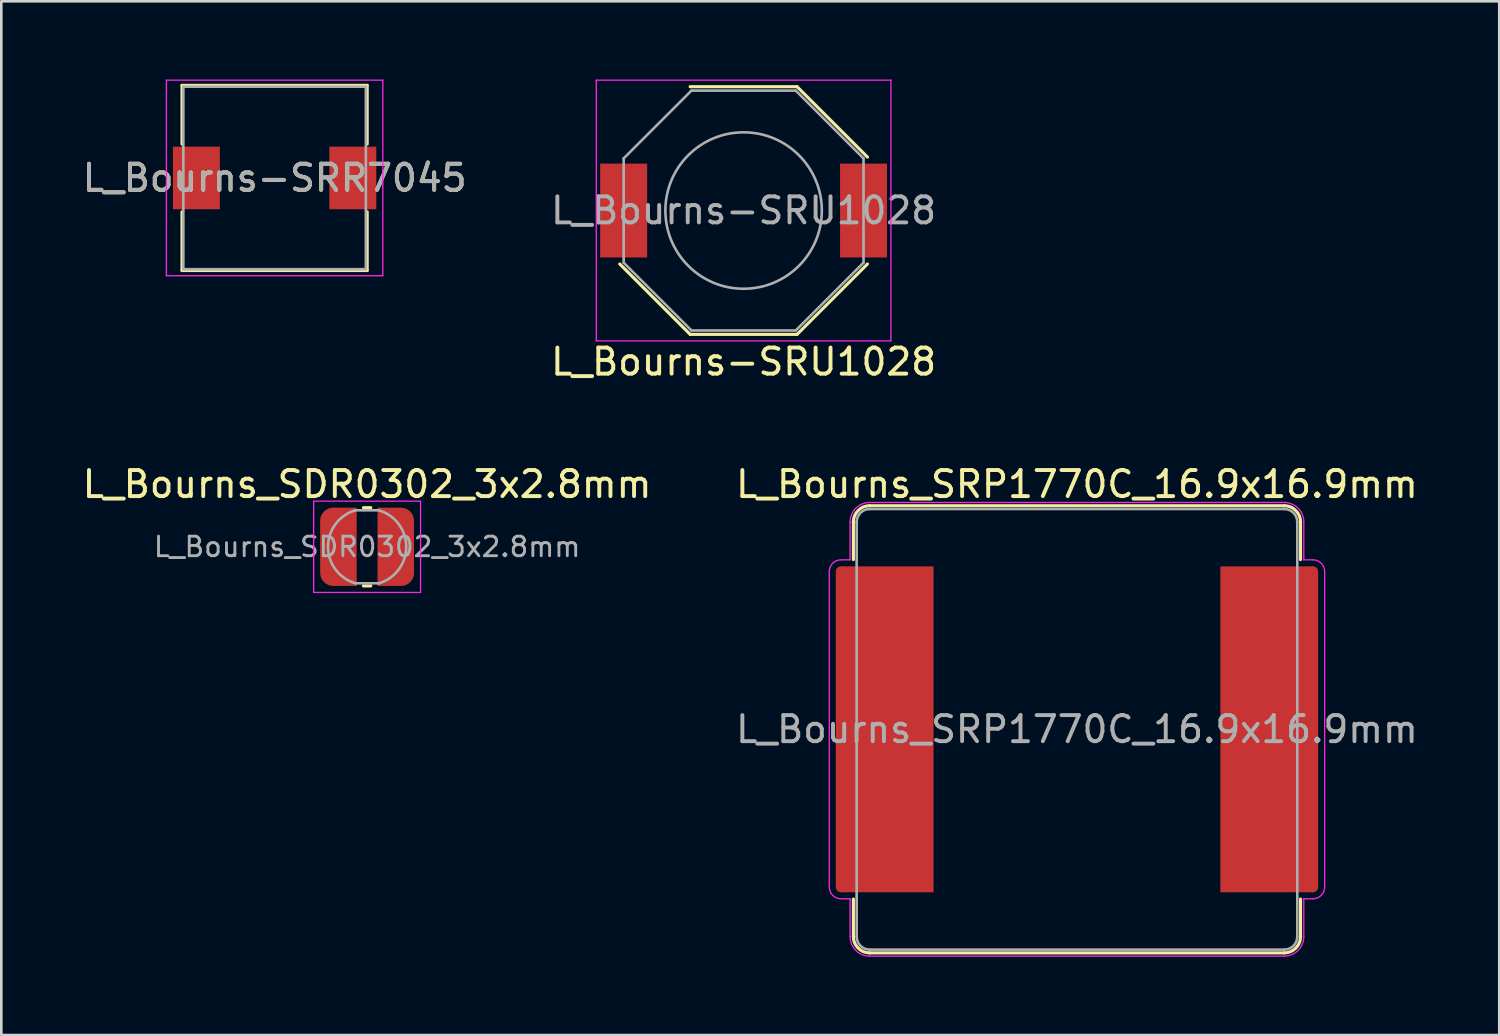
<source format=kicad_pcb>
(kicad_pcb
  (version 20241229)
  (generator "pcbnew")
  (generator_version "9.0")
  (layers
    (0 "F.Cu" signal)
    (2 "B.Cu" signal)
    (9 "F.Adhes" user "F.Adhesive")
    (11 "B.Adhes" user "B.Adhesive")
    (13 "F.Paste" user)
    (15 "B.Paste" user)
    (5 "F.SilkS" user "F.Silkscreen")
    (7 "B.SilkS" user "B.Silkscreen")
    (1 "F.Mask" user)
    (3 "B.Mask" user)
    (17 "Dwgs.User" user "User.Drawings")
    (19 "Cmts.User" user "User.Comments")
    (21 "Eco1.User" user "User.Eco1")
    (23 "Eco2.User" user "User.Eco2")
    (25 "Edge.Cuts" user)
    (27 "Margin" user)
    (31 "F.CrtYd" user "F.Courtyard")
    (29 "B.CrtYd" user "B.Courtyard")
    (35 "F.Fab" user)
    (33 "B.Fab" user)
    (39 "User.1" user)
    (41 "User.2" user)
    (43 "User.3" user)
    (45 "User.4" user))
  (footprint "L_Bourns-SRR7045"
    (layer "F.Cu")
    (at 7.482 3.775)
    (property "Reference" "L_Bourns-SRR7045" (at 0 0 180) (layer "F.SilkS") (effects (font (size 1 1) (thickness 0.15))))
    (attr smd)
    (fp_line (start -3.55 -3.55) (end 3.55 -3.55) (stroke (width 0.12) (type solid)) (layer "F.SilkS"))
    (fp_line (start -3.55 -1.3) (end -3.55 -3.55) (stroke (width 0.12) (type solid)) (layer "F.SilkS"))
    (fp_line (start -3.55 1.3) (end -3.55 3.55) (stroke (width 0.12) (type solid)) (layer "F.SilkS"))
    (fp_line (start -3.55 3.55) (end 3.55 3.55) (stroke (width 0.12) (type solid)) (layer "F.SilkS"))
    (fp_line (start 3.55 -3.55) (end 3.55 -1.3) (stroke (width 0.12) (type solid)) (layer "F.SilkS"))
    (fp_line (start 3.55 3.55) (end 3.55 1.3) (stroke (width 0.12) (type solid)) (layer "F.SilkS"))
    (fp_line (start -4.15 -3.75) (end 4.15 -3.75) (stroke (width 0.05) (type solid)) (layer "F.CrtYd"))
    (fp_line (start -4.15 3.75) (end -4.15 -3.75) (stroke (width 0.05) (type solid)) (layer "F.CrtYd"))
    (fp_line (start 4.15 -3.75) (end 4.15 3.75) (stroke (width 0.05) (type solid)) (layer "F.CrtYd"))
    (fp_line (start 4.15 3.75) (end -4.15 3.75) (stroke (width 0.05) (type solid)) (layer "F.CrtYd"))
    (fp_line (start -3.5 -3.5) (end -3.5 3.5) (stroke (width 0.1) (type solid)) (layer "F.Fab"))
    (fp_line (start -3.5 3.5) (end 3.5 3.5) (stroke (width 0.1) (type solid)) (layer "F.Fab"))
    (fp_line (start 3.5 -3.5) (end -3.5 -3.5) (stroke (width 0.1) (type solid)) (layer "F.Fab"))
    (fp_line (start 3.5 3.5) (end 3.5 -3.5) (stroke (width 0.1) (type solid)) (layer "F.Fab"))
    (fp_text user "${REFERENCE}" (at 0 0 180) (layer "F.Fab") (effects (font (size 1 1) (thickness 0.15))))
    (pad "1" smd rect (at -3 0 90) (size 2.4 1.8) (layers "F.Cu" "F.Mask" "F.Paste"))
    (pad "2" smd rect (at 3 0 90) (size 2.4 1.8) (layers "F.Cu" "F.Mask" "F.Paste")))
  (footprint "L_Bourns_SDR0302_3x2.8mm"
    (layer "F.Cu")
    (at 11.03 17.922)
    (property "Reference" "L_Bourns_SDR0302_3x2.8mm" (at 0 -2.4 0) (layer "F.SilkS") (effects (font (size 1 1) (thickness 0.15))))
    (attr smd)
    (fp_line (start -0.14 -1.5) (end 0.14 -1.5) (stroke (width 0.12) (type solid)) (layer "F.SilkS"))
    (fp_line (start -0.14 1.5) (end 0.14 1.5) (stroke (width 0.12) (type solid)) (layer "F.SilkS"))
    (fp_line (start -2.05 -1.75) (end 2.05 -1.75) (stroke (width 0.05) (type solid)) (layer "F.CrtYd"))
    (fp_line (start -2.05 1.75) (end -2.05 -1.75) (stroke (width 0.05) (type solid)) (layer "F.CrtYd"))
    (fp_line (start 2.05 -1.75) (end 2.05 1.75) (stroke (width 0.05) (type solid)) (layer "F.CrtYd"))
    (fp_line (start 2.05 1.75) (end -2.05 1.75) (stroke (width 0.05) (type solid)) (layer "F.CrtYd"))
    (fp_line (start -0.45 -1.4) (end 0.45 -1.4) (stroke (width 0.1) (type solid)) (layer "F.Fab"))
    (fp_line (start 0.45 1.4) (end -0.45 1.4) (stroke (width 0.1) (type solid)) (layer "F.Fab"))
    (fp_arc (start -0.450604 1.399824) (mid -1.50024 -0.000315) (end -0.45 -1.4) (stroke (width 0.1) (type solid)) (layer "F.Fab"))
    (fp_arc (start 0.450604 -1.399824) (mid 1.50024 0.000315) (end 0.45 1.4) (stroke (width 0.1) (type solid)) (layer "F.Fab"))
    (fp_text user "${REFERENCE}" (at 0 0 0) (layer "F.Fab") (effects (font (size 0.75 0.75) (thickness 0.11))))
    (pad "1" smd oval (at -1.3 0) (size 1 3) (layers "F.Cu" "F.Mask" "F.Paste"))
    (pad "1" smd rect (at -0.85 0) (size 0.9 3) (layers "F.Cu" "F.Mask" "F.Paste"))
    (pad "2" smd rect (at 0.85 0) (size 0.9 3) (layers "F.Cu" "F.Mask" "F.Paste"))
    (pad "2" smd oval (at 1.3 0) (size 1 3) (layers "F.Cu" "F.Mask" "F.Paste")))
  (footprint "L_Bourns_SRP1770C_16.9x16.9mm"
    (layer "F.Cu")
    (at 38.256 24.922)
    (property "Reference" "L_Bourns_SRP1770C_16.9x16.9mm" (at 0 -9.4 0) (layer "F.SilkS") (effects (font (size 1 1) (thickness 0.15))))
    (attr smd)
    (fp_line (start -8.575 -6.51) (end -8.575 -7.95) (stroke (width 0.12) (type solid)) (layer "F.SilkS"))
    (fp_line (start -8.575 6.51) (end -8.575 7.95) (stroke (width 0.12) (type solid)) (layer "F.SilkS"))
    (fp_line (start -7.95 -8.575) (end 7.95 -8.575) (stroke (width 0.12) (type solid)) (layer "F.SilkS"))
    (fp_line (start -7.95 8.575) (end 7.95 8.575) (stroke (width 0.12) (type solid)) (layer "F.SilkS"))
    (fp_line (start 8.575 -6.51) (end 8.575 -7.95) (stroke (width 0.12) (type solid)) (layer "F.SilkS"))
    (fp_line (start 8.575 6.51) (end 8.575 7.95) (stroke (width 0.12) (type solid)) (layer "F.SilkS"))
    (fp_arc (start -8.575 -7.95) (mid -8.391942 -8.391942) (end -7.95 -8.575) (stroke (width 0.12) (type solid)) (layer "F.SilkS"))
    (fp_arc (start -7.95 8.575) (mid -8.391942 8.391942) (end -8.575 7.95) (stroke (width 0.12) (type solid)) (layer "F.SilkS"))
    (fp_arc (start 7.95 -8.575) (mid 8.391942 -8.391942) (end 8.575 -7.95) (stroke (width 0.12) (type solid)) (layer "F.SilkS"))
    (fp_arc (start 8.575 7.95) (mid 8.391942 8.391942) (end 7.95 8.575) (stroke (width 0.12) (type solid)) (layer "F.SilkS"))
    (fp_line (start -9.5 -6.05) (end -9.5 6.05) (stroke (width 0.05) (type solid)) (layer "F.CrtYd"))
    (fp_line (start -8.7 -7.95) (end -8.7 -6.5) (stroke (width 0.05) (type solid)) (layer "F.CrtYd"))
    (fp_line (start -8.7 -6.5) (end -9.05 -6.5) (stroke (width 0.05) (type solid)) (layer "F.CrtYd"))
    (fp_line (start -8.7 6.5) (end -9.05 6.5) (stroke (width 0.05) (type solid)) (layer "F.CrtYd"))
    (fp_line (start -8.7 7.95) (end -8.7 6.5) (stroke (width 0.05) (type solid)) (layer "F.CrtYd"))
    (fp_line (start 7.95 -8.7) (end -7.95 -8.7) (stroke (width 0.05) (type solid)) (layer "F.CrtYd"))
    (fp_line (start 7.95 8.7) (end -7.95 8.7) (stroke (width 0.05) (type solid)) (layer "F.CrtYd"))
    (fp_line (start 8.7 -7.95) (end 8.7 -6.5) (stroke (width 0.05) (type solid)) (layer "F.CrtYd"))
    (fp_line (start 8.7 -6.5) (end 9.05 -6.5) (stroke (width 0.05) (type solid)) (layer "F.CrtYd"))
    (fp_line (start 8.7 6.5) (end 9.05 6.5) (stroke (width 0.05) (type solid)) (layer "F.CrtYd"))
    (fp_line (start 8.7 7.95) (end 8.7 6.5) (stroke (width 0.05) (type solid)) (layer "F.CrtYd"))
    (fp_line (start 9.5 -6.05) (end 9.5 6.05) (stroke (width 0.05) (type solid)) (layer "F.CrtYd"))
    (fp_arc (start -9.5 -6.05) (mid -9.368198 -6.368198) (end -9.05 -6.5) (stroke (width 0.05) (type solid)) (layer "F.CrtYd"))
    (fp_arc (start -9.05 6.5) (mid -9.368198 6.368198) (end -9.5 6.05) (stroke (width 0.05) (type solid)) (layer "F.CrtYd"))
    (fp_arc (start -8.7 -7.95) (mid -8.48033 -8.48033) (end -7.95 -8.7) (stroke (width 0.05) (type solid)) (layer "F.CrtYd"))
    (fp_arc (start -7.95 8.7) (mid -8.48033 8.48033) (end -8.7 7.95) (stroke (width 0.05) (type solid)) (layer "F.CrtYd"))
    (fp_arc (start 7.95 -8.7) (mid 8.48033 -8.48033) (end 8.7 -7.95) (stroke (width 0.05) (type solid)) (layer "F.CrtYd"))
    (fp_arc (start 8.7 7.95) (mid 8.48033 8.48033) (end 7.95 8.7) (stroke (width 0.05) (type solid)) (layer "F.CrtYd"))
    (fp_arc (start 9.05 -6.5) (mid 9.368198 -6.368198) (end 9.5 -6.05) (stroke (width 0.05) (type solid)) (layer "F.CrtYd"))
    (fp_arc (start 9.5 6.05) (mid 9.368198 6.368198) (end 9.05 6.5) (stroke (width 0.05) (type solid)) (layer "F.CrtYd"))
    (fp_line (start -8.45 7.95) (end -8.45 -7.95) (stroke (width 0.1) (type solid)) (layer "F.Fab"))
    (fp_line (start -7.95 -8.45) (end 7.95 -8.45) (stroke (width 0.1) (type solid)) (layer "F.Fab"))
    (fp_line (start 7.95 8.45) (end -7.95 8.45) (stroke (width 0.1) (type solid)) (layer "F.Fab"))
    (fp_line (start 8.45 -7.95) (end 8.45 7.95) (stroke (width 0.1) (type solid)) (layer "F.Fab"))
    (fp_arc (start -8.45 -7.95) (mid -8.303553 -8.303553) (end -7.95 -8.45) (stroke (width 0.1) (type solid)) (layer "F.Fab"))
    (fp_arc (start -7.95 8.45) (mid -8.303553 8.303553) (end -8.45 7.95) (stroke (width 0.1) (type solid)) (layer "F.Fab"))
    (fp_arc (start 7.95 -8.45) (mid 8.303553 -8.303553) (end 8.45 -7.95) (stroke (width 0.1) (type solid)) (layer "F.Fab"))
    (fp_arc (start 8.45 7.95) (mid 8.303553 8.303553) (end 7.95 8.45) (stroke (width 0.1) (type solid)) (layer "F.Fab"))
    (fp_text user "${REFERENCE}" (at 0 0 0) (layer "F.Fab") (effects (font (size 1 1) (thickness 0.15))))
    (pad "1" smd oval (at -9.05 0) (size 0.4 12.5) (layers "F.Cu" "F.Mask" "F.Paste"))
    (pad "1" smd rect (at -7.275 0) (size 3.55 12.5) (layers "F.Cu" "F.Mask" "F.Paste"))
    (pad "2" smd rect (at 7.275 0) (size 3.55 12.5) (layers "F.Cu" "F.Mask" "F.Paste"))
    (pad "2" smd oval (at 9.05 0) (size 0.4 12.5) (layers "F.Cu" "F.Mask" "F.Paste")))
  (footprint "L_Bourns-SRU1028"
    (layer "F.Cu")
    (at 25.47 5.025)
    (property "Reference" "L_Bourns-SRU1028" (at 0 5.8 0) (layer "F.SilkS") (effects (font (size 1 1) (thickness 0.15))))
    (attr smd)
    (fp_line (start -2.05 -4.75) (end 2.05 -4.75) (stroke (width 0.12) (type solid)) (layer "F.SilkS"))
    (fp_line (start -2.05 4.75) (end -4.75 2.05) (stroke (width 0.12) (type solid)) (layer "F.SilkS"))
    (fp_line (start 2.05 -4.75) (end 4.75 -2.05) (stroke (width 0.12) (type solid)) (layer "F.SilkS"))
    (fp_line (start 2.05 4.75) (end -2.05 4.75) (stroke (width 0.12) (type solid)) (layer "F.SilkS"))
    (fp_line (start 2.05 4.75) (end 4.75 2.05) (stroke (width 0.12) (type solid)) (layer "F.SilkS"))
    (fp_line (start -5.65 -5) (end 5.65 -5) (stroke (width 0.05) (type solid)) (layer "F.CrtYd"))
    (fp_line (start -5.65 5) (end -5.65 -5) (stroke (width 0.05) (type solid)) (layer "F.CrtYd"))
    (fp_line (start 5.65 -5) (end 5.65 5) (stroke (width 0.05) (type solid)) (layer "F.CrtYd"))
    (fp_line (start 5.65 5) (end -5.65 5) (stroke (width 0.05) (type solid)) (layer "F.CrtYd"))
    (fp_line (start -4.6 -2) (end -2 -4.6) (stroke (width 0.1) (type solid)) (layer "F.Fab"))
    (fp_line (start -4.6 2) (end -4.6 -2) (stroke (width 0.1) (type solid)) (layer "F.Fab"))
    (fp_line (start -2 -4.6) (end 2 -4.6) (stroke (width 0.1) (type solid)) (layer "F.Fab"))
    (fp_line (start -2 4.6) (end -4.6 2) (stroke (width 0.1) (type solid)) (layer "F.Fab"))
    (fp_line (start 2 -4.6) (end 4.6 -2) (stroke (width 0.1) (type solid)) (layer "F.Fab"))
    (fp_line (start 2 4.6) (end -2 4.6) (stroke (width 0.1) (type solid)) (layer "F.Fab"))
    (fp_line (start 4.6 -2) (end 4.6 2) (stroke (width 0.1) (type solid)) (layer "F.Fab"))
    (fp_line (start 4.6 2) (end 2 4.6) (stroke (width 0.1) (type solid)) (layer "F.Fab"))
    (fp_circle (center 0 0) (end 0 -3) (stroke (width 0.1) (type solid)) (fill no) (layer "F.Fab"))
    (fp_text user "${REFERENCE}" (at 0 0 0) (layer "F.Fab") (effects (font (size 1 1) (thickness 0.15))))
    (pad "1" smd rect (at -4.6 0) (size 1.8 3.6) (layers "F.Cu" "F.Mask" "F.Paste"))
    (pad "2" smd rect (at 4.6 0) (size 1.8 3.6) (layers "F.Cu" "F.Mask" "F.Paste")))
  (gr_rect
    (start -3 -3)
    (end 54.452 36.647)
    (stroke (width 0.1) (type default))
    (fill no)
    (layer "Edge.Cuts")))
</source>
